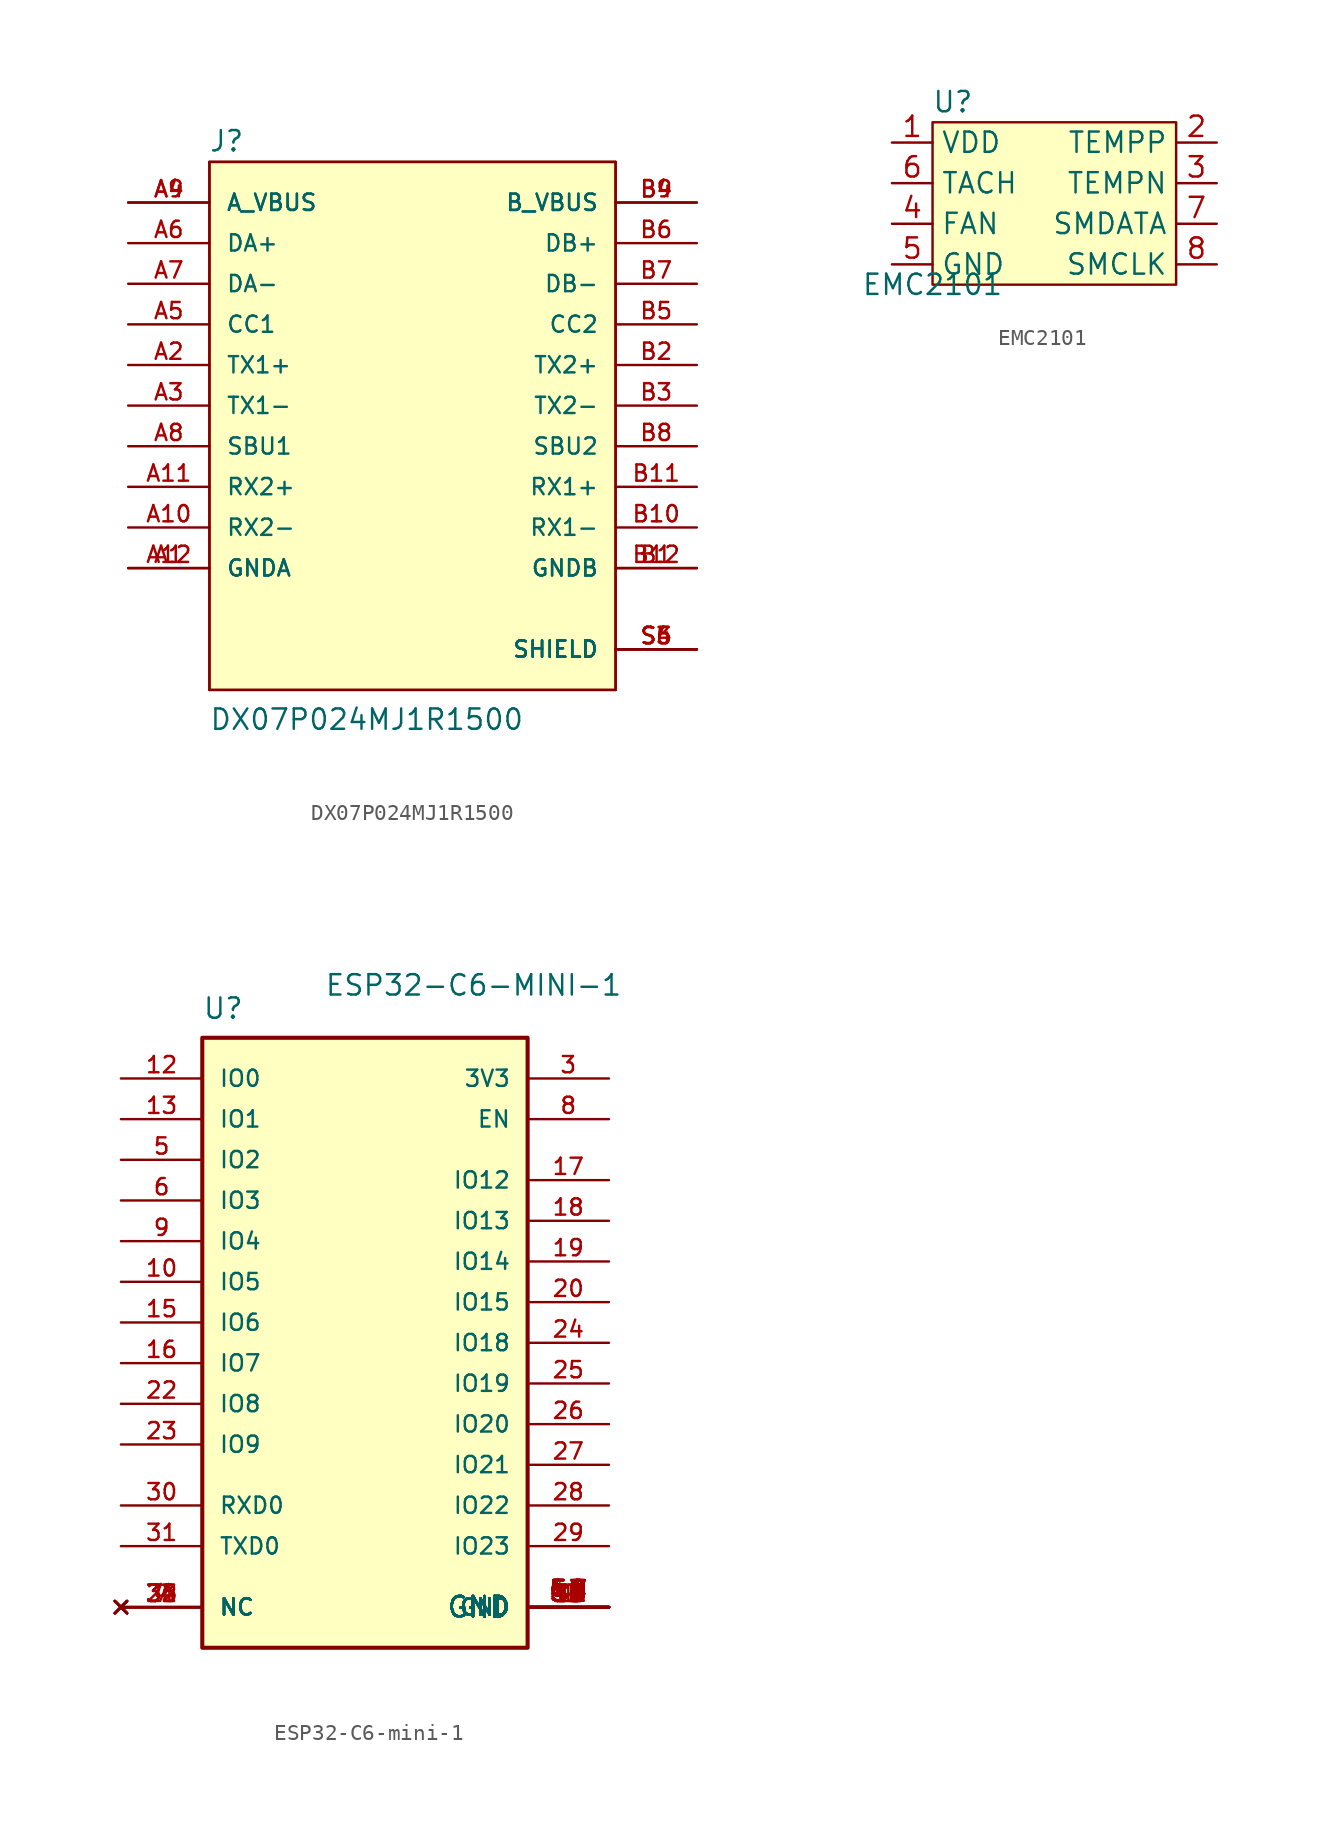
<source format=kicad_sym>
(kicad_symbol_lib
  (version 20220914)
  (generator kicad_symbol_editor)
  (symbol "DX07P024MJ1R1500"
    (pin_names
      (offset 1.016))
    (property "Reference" "J"
      (at -12.751 18.339 0)
      (effects (font (size 1.27 1.27)) (justify left bottom)))
    (property "Value" "DX07P024MJ1R1500"
      (at -12.725 -17.831 0)
      (effects (font (size 1.27 1.27)) (justify left bottom)))
    (symbol "DX07P024MJ1R1500_0_0"
      (polyline (pts (xy -12.7 -15.24) (xy 12.7 -15.24)) (stroke (width 0.152) (type solid)) (fill (type none)))
      (polyline (pts (xy -12.7 17.78) (xy -12.7 -15.24)) (stroke (width 0.152) (type solid)) (fill (type none)))
      (polyline (pts (xy 12.7 -15.24) (xy 12.7 17.78)) (stroke (width 0.152) (type solid)) (fill (type none)))
      (polyline (pts (xy 12.7 17.78) (xy -12.7 17.78)) (stroke (width 0.152) (type solid)) (fill (type none)))
      (pin power_in line (at -17.78 -7.62 0) (length 5.08) (name "GNDA" (effects (font (size 1.016 1.016)))) (number "A1" (effects (font (size 1.016 1.016)))))
      (pin passive line (at -17.78 -5.08 0) (length 5.08) (name "RX2-" (effects (font (size 1.016 1.016)))) (number "A10" (effects (font (size 1.016 1.016)))))
      (pin passive line (at -17.78 -2.54 0) (length 5.08) (name "RX2+" (effects (font (size 1.016 1.016)))) (number "A11" (effects (font (size 1.016 1.016)))))
      (pin power_in line (at -17.78 -7.62 0) (length 5.08) (name "GNDA" (effects (font (size 1.016 1.016)))) (number "A12" (effects (font (size 1.016 1.016)))))
      (pin passive line (at -17.78 5.08 0) (length 5.08) (name "TX1+" (effects (font (size 1.016 1.016)))) (number "A2" (effects (font (size 1.016 1.016)))))
      (pin passive line (at -17.78 2.54 0) (length 5.08) (name "TX1-" (effects (font (size 1.016 1.016)))) (number "A3" (effects (font (size 1.016 1.016)))))
      (pin power_in line (at -17.78 15.24 0) (length 5.08) (name "A_VBUS" (effects (font (size 1.016 1.016)))) (number "A4" (effects (font (size 1.016 1.016)))))
      (pin passive line (at -17.78 7.62 0) (length 5.08) (name "CC1" (effects (font (size 1.016 1.016)))) (number "A5" (effects (font (size 1.016 1.016)))))
      (pin passive line (at -17.78 12.7 0) (length 5.08) (name "DA+" (effects (font (size 1.016 1.016)))) (number "A6" (effects (font (size 1.016 1.016)))))
      (pin passive line (at -17.78 10.16 0) (length 5.08) (name "DA-" (effects (font (size 1.016 1.016)))) (number "A7" (effects (font (size 1.016 1.016)))))
      (pin passive line (at -17.78 0 0) (length 5.08) (name "SBU1" (effects (font (size 1.016 1.016)))) (number "A8" (effects (font (size 1.016 1.016)))))
      (pin power_in line (at -17.78 15.24 0) (length 5.08) (name "A_VBUS" (effects (font (size 1.016 1.016)))) (number "A9" (effects (font (size 1.016 1.016)))))
      (pin power_in line (at 17.78 -7.62 180) (length 5.08) (name "GNDB" (effects (font (size 1.016 1.016)))) (number "B1" (effects (font (size 1.016 1.016)))))
      (pin passive line (at 17.78 -5.08 180) (length 5.08) (name "RX1-" (effects (font (size 1.016 1.016)))) (number "B10" (effects (font (size 1.016 1.016)))))
      (pin passive line (at 17.78 -2.54 180) (length 5.08) (name "RX1+" (effects (font (size 1.016 1.016)))) (number "B11" (effects (font (size 1.016 1.016)))))
      (pin power_in line (at 17.78 -7.62 180) (length 5.08) (name "GNDB" (effects (font (size 1.016 1.016)))) (number "B12" (effects (font (size 1.016 1.016)))))
      (pin passive line (at 17.78 5.08 180) (length 5.08) (name "TX2+" (effects (font (size 1.016 1.016)))) (number "B2" (effects (font (size 1.016 1.016)))))
      (pin passive line (at 17.78 2.54 180) (length 5.08) (name "TX2-" (effects (font (size 1.016 1.016)))) (number "B3" (effects (font (size 1.016 1.016)))))
      (pin power_in line (at 17.78 15.24 180) (length 5.08) (name "B_VBUS" (effects (font (size 1.016 1.016)))) (number "B4" (effects (font (size 1.016 1.016)))))
      (pin passive line (at 17.78 7.62 180) (length 5.08) (name "CC2" (effects (font (size 1.016 1.016)))) (number "B5" (effects (font (size 1.016 1.016)))))
      (pin passive line (at 17.78 12.7 180) (length 5.08) (name "DB+" (effects (font (size 1.016 1.016)))) (number "B6" (effects (font (size 1.016 1.016)))))
      (pin passive line (at 17.78 10.16 180) (length 5.08) (name "DB-" (effects (font (size 1.016 1.016)))) (number "B7" (effects (font (size 1.016 1.016)))))
      (pin passive line (at 17.78 0 180) (length 5.08) (name "SBU2" (effects (font (size 1.016 1.016)))) (number "B8" (effects (font (size 1.016 1.016)))))
      (pin power_in line (at 17.78 15.24 180) (length 5.08) (name "B_VBUS" (effects (font (size 1.016 1.016)))) (number "B9" (effects (font (size 1.016 1.016)))))
      (pin power_in line (at 17.78 -12.7 180) (length 5.08) (name "SHIELD" (effects (font (size 1.016 1.016)))) (number "S3" (effects (font (size 1.016 1.016)))))
      (pin power_in line (at 17.78 -12.7 180) (length 5.08) (name "SHIELD" (effects (font (size 1.016 1.016)))) (number "S4" (effects (font (size 1.016 1.016)))))
      (pin power_in line (at 17.78 -12.7 180) (length 5.08) (name "SHIELD" (effects (font (size 1.016 1.016)))) (number "S5" (effects (font (size 1.016 1.016)))))
      (pin power_in line (at 17.78 -12.7 180) (length 5.08) (name "SHIELD" (effects (font (size 1.016 1.016)))) (number "S6" (effects (font (size 1.016 1.016))))))
    (symbol "DX07P024MJ1R1500_1_1"
      (rectangle (start -12.7 -15.24) (end 12.7 17.78) (stroke (width 0) (type solid)) (fill (type background)))))
  (symbol "EMC2101"
    (property "Reference" "U"
      (at 1.27 11.43 0)
      (effects (font (size 1.27 1.27))))
    (property "Value" "EMC2101"
      (at 0 0 0)
      (effects (font (size 1.27 1.27))))
    (symbol "EMC2101_1_1"
      (rectangle (start 0 10.16) (end 15.24 0) (stroke (width 0) (type default)) (fill (type background)))
      (pin input line (at -2.54 8.89 0) (length 2.54) (name "VDD" (effects (font (size 1.27 1.27)))) (number "1" (effects (font (size 1.27 1.27)))))
      (pin input line (at 17.78 8.89 180) (length 2.54) (name "TEMPP" (effects (font (size 1.27 1.27)))) (number "2" (effects (font (size 1.27 1.27)))))
      (pin input line (at 17.78 6.35 180) (length 2.54) (name "TEMPN" (effects (font (size 1.27 1.27)))) (number "3" (effects (font (size 1.27 1.27)))))
      (pin input line (at -2.54 3.81 0) (length 2.54) (name "FAN" (effects (font (size 1.27 1.27)))) (number "4" (effects (font (size 1.27 1.27)))))
      (pin input line (at -2.54 1.27 0) (length 2.54) (name "GND" (effects (font (size 1.27 1.27)))) (number "5" (effects (font (size 1.27 1.27)))))
      (pin input line (at -2.54 6.35 0) (length 2.54) (name "TACH" (effects (font (size 1.27 1.27)))) (number "6" (effects (font (size 1.27 1.27)))))
      (pin input line (at 17.78 3.81 180) (length 2.54) (name "SMDATA" (effects (font (size 1.27 1.27)))) (number "7" (effects (font (size 1.27 1.27)))))
      (pin input line (at 17.78 1.27 180) (length 2.54) (name "SMCLK" (effects (font (size 1.27 1.27)))) (number "8" (effects (font (size 1.27 1.27)))))))
  (symbol "ESP32-C6-mini-1"
    (pin_names
      (offset 1.016))
    (property "Reference" "U"
      (at -10.16 34.112 0)
      (effects (font (size 1.27 1.27)) (justify left bottom)))
    (property "Value" "ESP32-C6-MINI-1"
      (at -2.54 35.56 0)
      (effects (font (size 1.27 1.27)) (justify left bottom)))
    (symbol "ESP32-C6-mini-1_0_0"
      (rectangle (start -10.16 33.02) (end 10.16 -5.08) (stroke (width 0.254) (type default)) (fill (type background)))
      (pin power_in line (at 15.24 -2.54 180) (length 5.08) (name "GND" (effects (font (size 1.016 1.016)))) (number "1" (effects (font (size 1.016 1.016)))))
      (pin bidirectional line (at -15.24 17.78 0) (length 5.08) (name "IO5" (effects (font (size 1.016 1.016)))) (number "10" (effects (font (size 1.016 1.016)))))
      (pin power_in line (at 15.24 -2.54 180) (length 5.08) (name "GND" (effects (font (size 1.016 1.016)))) (number "11" (effects (font (size 1.016 1.016)))))
      (pin bidirectional line (at -15.24 30.48 0) (length 5.08) (name "IO0" (effects (font (size 1.016 1.016)))) (number "12" (effects (font (size 1.016 1.016)))))
      (pin bidirectional line (at -15.24 27.94 0) (length 5.08) (name "IO1" (effects (font (size 1.016 1.016)))) (number "13" (effects (font (size 1.016 1.016)))))
      (pin power_in line (at 15.24 -2.54 180) (length 5.08) (name "GND" (effects (font (size 1.016 1.016)))) (number "14" (effects (font (size 1.016 1.016)))))
      (pin bidirectional line (at -15.24 15.24 0) (length 5.08) (name "IO6" (effects (font (size 1.016 1.016)))) (number "15" (effects (font (size 1.016 1.016)))))
      (pin bidirectional line (at -15.24 12.7 0) (length 5.08) (name "IO7" (effects (font (size 1.016 1.016)))) (number "16" (effects (font (size 1.016 1.016)))))
      (pin bidirectional line (at 15.24 24.13 180) (length 5.08) (name "IO12" (effects (font (size 1.016 1.016)))) (number "17" (effects (font (size 1.016 1.016)))))
      (pin bidirectional line (at 15.24 21.59 180) (length 5.08) (name "IO13" (effects (font (size 1.016 1.016)))) (number "18" (effects (font (size 1.016 1.016)))))
      (pin bidirectional line (at 15.24 19.05 180) (length 5.08) (name "IO14" (effects (font (size 1.016 1.016)))) (number "19" (effects (font (size 1.016 1.016)))))
      (pin power_in line (at 15.24 -2.54 180) (length 5.08) (name "GND" (effects (font (size 1.016 1.016)))) (number "2" (effects (font (size 1.016 1.016)))))
      (pin bidirectional line (at 15.24 16.51 180) (length 5.08) (name "IO15" (effects (font (size 1.016 1.016)))) (number "20" (effects (font (size 1.016 1.016)))))
      (pin no_connect line (at -15.24 -2.54 0) (length 5.08) (name "NC" (effects (font (size 1.016 1.016)))) (number "21" (effects (font (size 1.016 1.016)))))
      (pin bidirectional line (at -15.24 10.16 0) (length 5.08) (name "IO8" (effects (font (size 1.016 1.016)))) (number "22" (effects (font (size 1.016 1.016)))))
      (pin bidirectional line (at -15.24 7.62 0) (length 5.08) (name "IO9" (effects (font (size 1.016 1.016)))) (number "23" (effects (font (size 1.016 1.016)))))
      (pin bidirectional line (at 15.24 13.97 180) (length 5.08) (name "IO18" (effects (font (size 1.016 1.016)))) (number "24" (effects (font (size 1.016 1.016)))))
      (pin bidirectional line (at 15.24 11.43 180) (length 5.08) (name "IO19" (effects (font (size 1.016 1.016)))) (number "25" (effects (font (size 1.016 1.016)))))
      (pin bidirectional line (at 15.24 8.89 180) (length 5.08) (name "IO20" (effects (font (size 1.016 1.016)))) (number "26" (effects (font (size 1.016 1.016)))))
      (pin bidirectional line (at 15.24 6.35 180) (length 5.08) (name "IO21" (effects (font (size 1.016 1.016)))) (number "27" (effects (font (size 1.016 1.016)))))
      (pin bidirectional line (at 15.24 3.81 180) (length 5.08) (name "IO22" (effects (font (size 1.016 1.016)))) (number "28" (effects (font (size 1.016 1.016)))))
      (pin bidirectional line (at 15.24 1.27 180) (length 5.08) (name "IO23" (effects (font (size 1.016 1.016)))) (number "29" (effects (font (size 1.016 1.016)))))
      (pin power_in line (at 15.24 30.48 180) (length 5.08) (name "3V3" (effects (font (size 1.016 1.016)))) (number "3" (effects (font (size 1.016 1.016)))))
      (pin bidirectional line (at -15.24 3.81 0) (length 5.08) (name "RXD0" (effects (font (size 1.016 1.016)))) (number "30" (effects (font (size 1.016 1.016)))))
      (pin bidirectional line (at -15.24 1.27 0) (length 5.08) (name "TXD0" (effects (font (size 1.016 1.016)))) (number "31" (effects (font (size 1.016 1.016)))))
      (pin no_connect line (at -15.24 -2.54 0) (length 5.08) (name "NC" (effects (font (size 1.016 1.016)))) (number "32" (effects (font (size 1.016 1.016)))))
      (pin no_connect line (at -15.24 -2.54 0) (length 5.08) (name "NC" (effects (font (size 1.016 1.016)))) (number "33" (effects (font (size 1.016 1.016)))))
      (pin no_connect line (at -15.24 -2.54 0) (length 5.08) (name "NC" (effects (font (size 1.016 1.016)))) (number "34" (effects (font (size 1.016 1.016)))))
      (pin no_connect line (at -15.24 -2.54 0) (length 5.08) (name "NC" (effects (font (size 1.016 1.016)))) (number "35" (effects (font (size 1.016 1.016)))))
      (pin power_in line (at 15.24 -2.54 180) (length 5.08) (name "GND" (effects (font (size 1.016 1.016)))) (number "36" (effects (font (size 1.016 1.016)))))
      (pin power_in line (at 15.24 -2.54 180) (length 5.08) (name "GND" (effects (font (size 1.016 1.016)))) (number "37" (effects (font (size 1.016 1.016)))))
      (pin power_in line (at 15.24 -2.54 180) (length 5.08) (name "GND" (effects (font (size 1.016 1.016)))) (number "38" (effects (font (size 1.016 1.016)))))
      (pin power_in line (at 15.24 -2.54 180) (length 5.08) (name "GND" (effects (font (size 1.016 1.016)))) (number "39" (effects (font (size 1.016 1.016)))))
      (pin no_connect line (at -15.24 -2.54 0) (length 5.08) (name "NC" (effects (font (size 1.016 1.016)))) (number "4" (effects (font (size 1.016 1.016)))))
      (pin power_in line (at 15.24 -2.54 180) (length 5.08) (name "GND" (effects (font (size 1.016 1.016)))) (number "40" (effects (font (size 1.016 1.016)))))
      (pin power_in line (at 15.24 -2.54 180) (length 5.08) (name "GND" (effects (font (size 1.016 1.016)))) (number "41" (effects (font (size 1.016 1.016)))))
      (pin power_in line (at 15.24 -2.54 180) (length 5.08) (name "GND" (effects (font (size 1.016 1.016)))) (number "42" (effects (font (size 1.016 1.016)))))
      (pin power_in line (at 15.24 -2.54 180) (length 5.08) (name "GND" (effects (font (size 1.016 1.016)))) (number "43" (effects (font (size 1.016 1.016)))))
      (pin power_in line (at 15.24 -2.54 180) (length 5.08) (name "GND" (effects (font (size 1.016 1.016)))) (number "44" (effects (font (size 1.016 1.016)))))
      (pin power_in line (at 15.24 -2.54 180) (length 5.08) (name "GND" (effects (font (size 1.016 1.016)))) (number "45" (effects (font (size 1.016 1.016)))))
      (pin power_in line (at 15.24 -2.54 180) (length 5.08) (name "GND" (effects (font (size 1.016 1.016)))) (number "46" (effects (font (size 1.016 1.016)))))
      (pin power_in line (at 15.24 -2.54 180) (length 5.08) (name "GND" (effects (font (size 1.27 1.27)))) (number "47" (effects (font (size 1.27 1.27)))))
      (pin power_in line (at 15.24 -2.54 180) (length 5.08) (name "GND" (effects (font (size 1.27 1.27)))) (number "48" (effects (font (size 1.27 1.27)))))
      (pin power_in line (at 15.24 -2.54 180) (length 5.08) (name "GND" (effects (font (size 1.27 1.27)))) (number "49" (effects (font (size 1.27 1.27)))))
      (pin bidirectional line (at -15.24 25.4 0) (length 5.08) (name "IO2" (effects (font (size 1.016 1.016)))) (number "5" (effects (font (size 1.016 1.016)))))
      (pin power_in line (at 15.24 -2.54 180) (length 5.08) (name "GND" (effects (font (size 1.27 1.27)))) (number "50" (effects (font (size 1.27 1.27)))))
      (pin power_in line (at 15.24 -2.54 180) (length 5.08) (name "GND" (effects (font (size 1.27 1.27)))) (number "51" (effects (font (size 1.27 1.27)))))
      (pin power_in line (at 15.24 -2.54 180) (length 5.08) (name "GND" (effects (font (size 1.27 1.27)))) (number "52" (effects (font (size 1.27 1.27)))))
      (pin power_in line (at 15.24 -2.54 180) (length 5.08) (name "GND" (effects (font (size 1.27 1.27)))) (number "53" (effects (font (size 1.27 1.27)))))
      (pin power_in line (at 15.24 -2.54 180) (length 5.08) (name "GND" (effects (font (size 1.27 1.27)))) (number "54" (effects (font (size 1.27 1.27)))))
      (pin power_in line (at 15.24 -2.54 180) (length 5.08) (name "GND" (effects (font (size 1.27 1.27)))) (number "55" (effects (font (size 1.27 1.27)))))
      (pin power_in line (at 15.24 -2.54 180) (length 5.08) (name "GND" (effects (font (size 1.27 1.27)))) (number "56" (effects (font (size 1.27 1.27)))))
      (pin power_in line (at 15.24 -2.54 180) (length 5.08) (name "GND" (effects (font (size 1.27 1.27)))) (number "57" (effects (font (size 1.27 1.27)))))
      (pin power_in line (at 15.24 -2.54 180) (length 5.08) (name "GND" (effects (font (size 1.27 1.27)))) (number "58" (effects (font (size 1.27 1.27)))))
      (pin power_in line (at 15.24 -2.54 180) (length 5.08) (name "GND" (effects (font (size 1.27 1.27)))) (number "59" (effects (font (size 1.27 1.27)))))
      (pin bidirectional line (at -15.24 22.86 0) (length 5.08) (name "IO3" (effects (font (size 1.016 1.016)))) (number "6" (effects (font (size 1.016 1.016)))))
      (pin power_in line (at 15.24 -2.54 180) (length 5.08) (name "GND" (effects (font (size 1.27 1.27)))) (number "60" (effects (font (size 1.27 1.27)))))
      (pin power_in line (at 15.24 -2.54 180) (length 5.08) (name "GND" (effects (font (size 1.27 1.27)))) (number "61" (effects (font (size 1.27 1.27)))))
      (pin no_connect line (at -15.24 -2.54 0) (length 5.08) (name "NC" (effects (font (size 1.016 1.016)))) (number "7" (effects (font (size 1.016 1.016)))))
      (pin bidirectional line (at 15.24 27.94 180) (length 5.08) (name "EN" (effects (font (size 1.016 1.016)))) (number "8" (effects (font (size 1.016 1.016)))))
      (pin bidirectional line (at -15.24 20.32 0) (length 5.08) (name "IO4" (effects (font (size 1.016 1.016)))) (number "9" (effects (font (size 1.016 1.016))))))))
</source>
